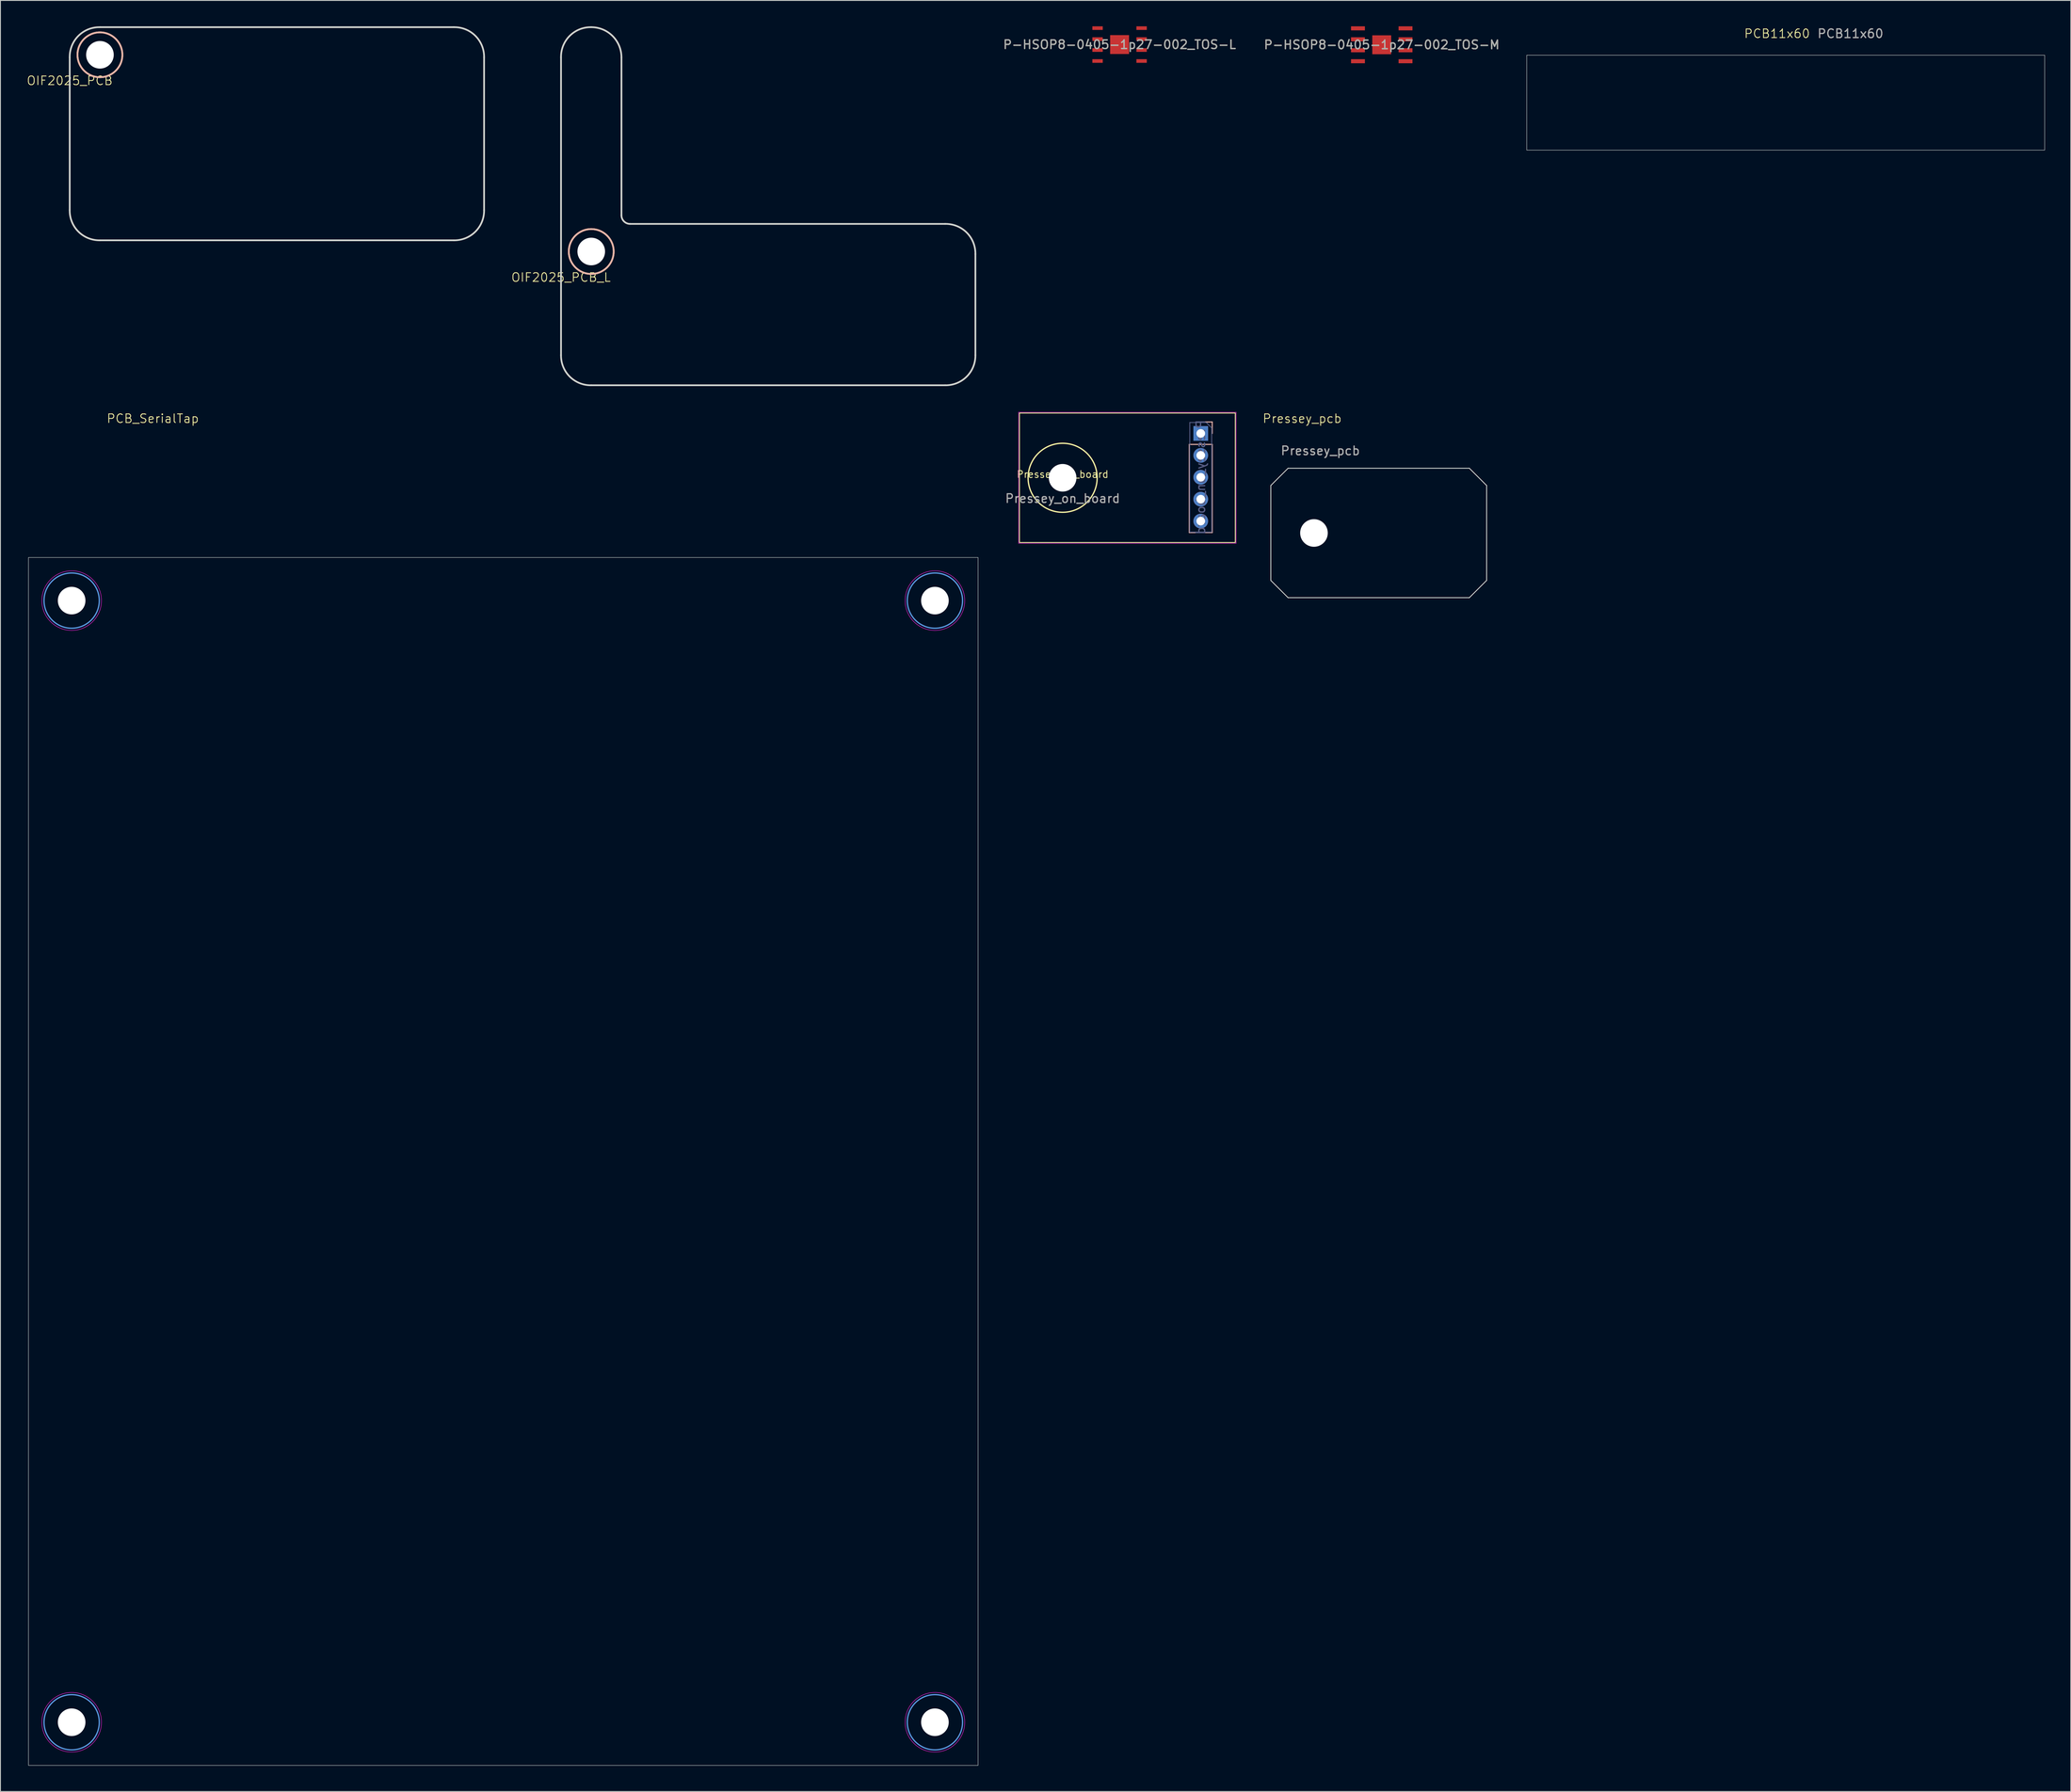
<source format=kicad_pcb>
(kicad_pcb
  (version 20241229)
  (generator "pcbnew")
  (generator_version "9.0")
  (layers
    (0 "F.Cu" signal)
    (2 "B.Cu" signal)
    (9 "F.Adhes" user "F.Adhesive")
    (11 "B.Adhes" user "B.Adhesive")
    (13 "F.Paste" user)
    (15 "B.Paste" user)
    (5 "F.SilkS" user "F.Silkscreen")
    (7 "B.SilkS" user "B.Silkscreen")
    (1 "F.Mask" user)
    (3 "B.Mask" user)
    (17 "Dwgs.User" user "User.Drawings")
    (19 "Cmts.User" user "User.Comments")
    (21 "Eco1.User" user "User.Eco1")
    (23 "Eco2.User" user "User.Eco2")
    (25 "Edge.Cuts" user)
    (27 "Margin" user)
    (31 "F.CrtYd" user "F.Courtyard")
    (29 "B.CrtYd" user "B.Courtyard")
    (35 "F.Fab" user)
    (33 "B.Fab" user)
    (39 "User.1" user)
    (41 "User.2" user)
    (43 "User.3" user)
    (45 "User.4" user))
  (footprint "OIF2025_PCB_L"
    (layer "F.Cu")
    (at 61.939 29.601)
    (property "Reference" "OIF2025_PCB_L" (at 0 -0.5 0) (unlocked yes) (layer "F.SilkS") (effects (font (size 1 1) (thickness 0.1))))
    (fp_circle (center 3.5 -3.5) (end 6.1 -3.5) (stroke (width 0.2) (type default)) (fill no) (layer "F.SilkS"))
    (fp_circle (center 3.5 -3.5) (end 6.1 -3.5) (stroke (width 0.2) (type default)) (fill no) (layer "B.SilkS"))
    (fp_line (start 0 8.5) (end 0 -26) (stroke (width 0.2) (type default)) (layer "Edge.Cuts"))
    (fp_line (start 7 -26) (end 7 -7.7) (stroke (width 0.2) (type default)) (layer "Edge.Cuts"))
    (fp_line (start 8 -6.7) (end 44.5 -6.7) (stroke (width 0.2) (type default)) (layer "Edge.Cuts"))
    (fp_line (start 44.5 12) (end 3.5 12) (stroke (width 0.2) (type default)) (layer "Edge.Cuts"))
    (fp_line (start 48 8.5) (end 48 -3.2) (stroke (width 0.2) (type default)) (layer "Edge.Cuts"))
    (fp_arc (start 0 -26) (mid 1.0048 -28.4952) (end 3.5 -29.5) (stroke (width 0.2) (type default)) (layer "Edge.Cuts"))
    (fp_arc (start 3.5 -29.5) (mid 5.974873 -28.474873) (end 7 -26) (stroke (width 0.2) (type default)) (layer "Edge.Cuts"))
    (fp_arc (start 3.5 12) (mid 1.004799 10.995201) (end 0 8.5) (stroke (width 0.2) (type default)) (layer "Edge.Cuts"))
    (fp_arc (start 8 -6.7) (mid 7.292893 -6.992893) (end 7 -7.7) (stroke (width 0.2) (type default)) (layer "Edge.Cuts"))
    (fp_arc (start 44.5 -6.7) (mid 46.995205 -5.695205) (end 48 -3.2) (stroke (width 0.2) (type default)) (layer "Edge.Cuts"))
    (fp_arc (start 48 8.5) (mid 46.995205 10.995205) (end 44.5 12) (stroke (width 0.2) (type default)) (layer "Edge.Cuts"))
    (pad "" np_thru_hole circle (at 3.5 -3.5) (size 3.2 3.2) (drill 3.2) (layers "*.Cu" "*.Mask")))
  (footprint "Pressey_pcb"
    (layer "F.Cu")
    (at 144.159 51.222)
    (property "Reference" "Pressey_pcb" (at 3.63 -5.76 0) (unlocked yes) (layer "F.SilkS") (effects (font (size 1 1) (thickness 0.1))))
    (attr through_hole)
    (fp_line (start 0 2) (end 2 0) (stroke (width 0.1) (type default)) (layer "Edge.Cuts"))
    (fp_line (start 0 13) (end 0 2) (stroke (width 0.1) (type default)) (layer "Edge.Cuts"))
    (fp_line (start 2 0) (end 23 0) (stroke (width 0.1) (type default)) (layer "Edge.Cuts"))
    (fp_line (start 2 15) (end 0 13) (stroke (width 0.1) (type default)) (layer "Edge.Cuts"))
    (fp_line (start 23 0) (end 25 2) (stroke (width 0.1) (type default)) (layer "Edge.Cuts"))
    (fp_line (start 23 15) (end 2 15) (stroke (width 0.1) (type default)) (layer "Edge.Cuts"))
    (fp_line (start 23 15) (end 25 13) (stroke (width 0.1) (type default)) (layer "Edge.Cuts"))
    (fp_line (start 25 2) (end 25 13) (stroke (width 0.1) (type default)) (layer "Edge.Cuts"))
    (fp_text user "${REFERENCE}" (at 5.74 -2.03 0) (unlocked yes) (layer "F.Fab") (effects (font (size 1 1) (thickness 0.15))))
    (pad "" np_thru_hole circle (at 5 7.5) (size 3.2 3.2) (drill 3.2) (layers "*.Cu" "*.Mask")))
  (footprint "OIF2025_PCB"
    (layer "F.Cu")
    (at 5.026 6.801)
    (property "Reference" "OIF2025_PCB" (at 0 -0.5 0) (unlocked yes) (layer "F.SilkS") (effects (font (size 1 1) (thickness 0.1))))
    (fp_line (start 0 0) (end 0 0) (stroke (width 0.1) (type default)) (layer "F.SilkS"))
    (fp_circle (center 3.5 -3.5) (end 6.1 -3.5) (stroke (width 0.2) (type default)) (fill no) (layer "F.SilkS"))
    (fp_circle (center 3.5 -3.5) (end 6.1 -3.5) (stroke (width 0.2) (type default)) (fill no) (layer "B.SilkS"))
    (fp_line (start 0 -3.2) (end 0 14.5) (stroke (width 0.2) (type default)) (layer "Edge.Cuts"))
    (fp_line (start 3.5 18) (end 44.5 18) (stroke (width 0.2) (type default)) (layer "Edge.Cuts"))
    (fp_line (start 44.5 -6.7) (end 3.5 -6.7) (stroke (width 0.2) (type default)) (layer "Edge.Cuts"))
    (fp_line (start 48 14.5) (end 48 -3.2) (stroke (width 0.2) (type default)) (layer "Edge.Cuts"))
    (fp_arc (start 0 -3.2) (mid 1.0048 -5.6952) (end 3.5 -6.7) (stroke (width 0.2) (type default)) (layer "Edge.Cuts"))
    (fp_arc (start 3.5 18) (mid 1.004799 16.995201) (end 0 14.5) (stroke (width 0.2) (type default)) (layer "Edge.Cuts"))
    (fp_arc (start 44.5 -6.7) (mid 46.995205 -5.695205) (end 48 -3.2) (stroke (width 0.2) (type default)) (layer "Edge.Cuts"))
    (fp_arc (start 48 14.5) (mid 46.995205 16.995205) (end 44.5 18) (stroke (width 0.2) (type default)) (layer "Edge.Cuts"))
    (pad "" np_thru_hole circle (at 3.5 -3.5) (size 3.2 3.2) (drill 3.2) (layers "*.Cu" "*.Mask")))
  (footprint "P-HSOP8-0405-1p27-002_TOS-M"
    (layer "F.Cu")
    (at 157.01 2.14)
    (property "Reference" "P-HSOP8-0405-1p27-002_TOS-M" (at 0 0 0) (unlocked yes) (layer "F.SilkS") (effects (font (size 1 1) (thickness 0.15))))
    (attr smd)
    (fp_text user "${REFERENCE}" (at 0 0 0) (unlocked yes) (layer "F.Fab") (effects (font (size 1 1) (thickness 0.15))))
    (pad "1" smd rect (at -2.754 -1.905) (size 1.609 0.471) (layers "F.Cu" "F.Mask" "F.Paste"))
    (pad "2" smd rect (at -2.754 -0.635) (size 1.609 0.471) (layers "F.Cu" "F.Mask" "F.Paste"))
    (pad "3" smd rect (at -2.754 0.635) (size 1.609 0.471) (layers "F.Cu" "F.Mask" "F.Paste"))
    (pad "4" smd rect (at -2.754 1.905) (size 1.609 0.471) (layers "F.Cu" "F.Mask" "F.Paste"))
    (pad "5" smd rect (at 2.754 1.905) (size 1.609 0.471) (layers "F.Cu" "F.Mask" "F.Paste"))
    (pad "6" smd rect (at 2.754 0.635) (size 1.609 0.471) (layers "F.Cu" "F.Mask" "F.Paste"))
    (pad "7" smd rect (at 2.754 -0.635) (size 1.609 0.471) (layers "F.Cu" "F.Mask" "F.Paste"))
    (pad "8" smd rect (at 2.754 -1.905) (size 1.609 0.471) (layers "F.Cu" "F.Mask" "F.Paste"))
    (pad "9" smd rect (at 0 0) (size 2.19 2.19) (layers "F.Cu" "F.Mask" "F.Paste")))
  (footprint "Pressey_on_board"
    (layer "F.Cu")
    (at 120.043 52.326)
    (property "Reference" "Pressey_on_board" (at 0 -0.4 0) (unlocked yes) (layer "F.SilkS") (effects (font (size 0.8 0.8) (thickness 0.1))))
    (attr smd)
    (fp_rect (start -5 -7.5) (end 20 7.5) (stroke (width 0.1) (type default)) (fill no) (layer "F.SilkS"))
    (fp_circle (center 0 0) (end 4 0) (stroke (width 0.15) (type default)) (fill no) (layer "F.SilkS"))
    (fp_line (start 14.67 -3.87) (end 14.67 6.35) (stroke (width 0.12) (type solid)) (layer "B.SilkS"))
    (fp_line (start 17.33 -6.47) (end 16 -6.47) (stroke (width 0.12) (type solid)) (layer "B.SilkS"))
    (fp_line (start 17.33 -5.14) (end 17.33 -6.47) (stroke (width 0.12) (type solid)) (layer "B.SilkS"))
    (fp_line (start 17.33 -3.87) (end 14.67 -3.87) (stroke (width 0.12) (type solid)) (layer "B.SilkS"))
    (fp_line (start 17.33 -3.87) (end 17.33 6.35) (stroke (width 0.12) (type solid)) (layer "B.SilkS"))
    (fp_line (start 17.33 6.35) (end 14.67 6.35) (stroke (width 0.12) (type solid)) (layer "B.SilkS"))
    (fp_rect (start -5.1 -7.6) (end 20.1 7.6) (stroke (width 0.05) (type default)) (fill no) (layer "F.CrtYd"))
    (fp_line (start 14.73 -6.41) (end 14.73 6.29) (stroke (width 0.1) (type solid)) (layer "B.Fab"))
    (fp_line (start 14.73 6.29) (end 17.27 6.29) (stroke (width 0.1) (type solid)) (layer "B.Fab"))
    (fp_line (start 16.635 -6.41) (end 14.73 -6.41) (stroke (width 0.1) (type solid)) (layer "B.Fab"))
    (fp_line (start 17.27 -5.775) (end 16.635 -6.41) (stroke (width 0.1) (type solid)) (layer "B.Fab"))
    (fp_line (start 17.27 6.29) (end 17.27 -5.775) (stroke (width 0.1) (type solid)) (layer "B.Fab"))
    (fp_text user "${REFERENCE}" (at 16 -0.06 90) (layer "B.Fab") (effects (font (size 1 1) (thickness 0.15)) (justify mirror)))
    (fp_text user "${REFERENCE}" (at 0 2.4 0) (unlocked yes) (layer "F.Fab") (effects (font (size 1 1) (thickness 0.15))))
    (pad "" np_thru_hole circle (at 0 0) (size 3.2 3.2) (drill 3.2) (layers "*.Cu" "*.Mask"))
    (pad "1" thru_hole rect (at 16 -5.14 180) (size 1.7 1.7) (drill 1) (layers "*.Cu" "*.Mask"))
    (pad "2" thru_hole oval (at 16 -2.6 180) (size 1.7 1.7) (drill 1) (layers "*.Cu" "*.Mask"))
    (pad "3" thru_hole oval (at 16 -0.06 180) (size 1.7 1.7) (drill 1) (layers "*.Cu" "*.Mask"))
    (pad "4" thru_hole oval (at 16 2.48 180) (size 1.7 1.7) (drill 1) (layers "*.Cu" "*.Mask"))
    (pad "5" thru_hole oval (at 16 5.02 180) (size 1.7 1.7) (drill 1) (layers "*.Cu" "*.Mask")))
  (footprint "PCB11x60"
    (layer "F.Cu")
    (at 203.803 8.848)
    (property "Reference" "PCB11x60" (at -1 -8 0) (unlocked yes) (layer "F.SilkS") (effects (font (size 1 1) (thickness 0.1))))
    (fp_rect (start -30 -5.5) (end 30 5.5) (stroke (width 0.05) (type default)) (fill no) (layer "Edge.Cuts"))
    (fp_text user "${REFERENCE}" (at 7.5 -8 0) (unlocked yes) (layer "F.Fab") (effects (font (size 1 1) (thickness 0.15)))))
  (footprint "P-HSOP8-0405-1p27-002_TOS-L"
    (layer "F.Cu")
    (at 126.641 2.115)
    (property "Reference" "P-HSOP8-0405-1p27-002_TOS-L" (at 0 0 0) (unlocked yes) (layer "F.SilkS") (effects (font (size 1 1) (thickness 0.15))))
    (attr smd)
    (fp_text user "${REFERENCE}" (at 0 0 0) (unlocked yes) (layer "F.Fab") (effects (font (size 1 1) (thickness 0.15))))
    (pad "1" smd rect (at -2.551 -1.905) (size 1.202 0.42) (layers "F.Cu" "F.Mask" "F.Paste"))
    (pad "2" smd rect (at -2.551 -0.635) (size 1.202 0.42) (layers "F.Cu" "F.Mask" "F.Paste"))
    (pad "3" smd rect (at -2.551 0.635) (size 1.202 0.42) (layers "F.Cu" "F.Mask" "F.Paste"))
    (pad "4" smd rect (at -2.551 1.905) (size 1.202 0.42) (layers "F.Cu" "F.Mask" "F.Paste"))
    (pad "5" smd rect (at 2.551 1.905) (size 1.202 0.42) (layers "F.Cu" "F.Mask" "F.Paste"))
    (pad "6" smd rect (at 2.551 0.635) (size 1.202 0.42) (layers "F.Cu" "F.Mask" "F.Paste"))
    (pad "7" smd rect (at 2.551 -0.635) (size 1.202 0.42) (layers "F.Cu" "F.Mask" "F.Paste"))
    (pad "8" smd rect (at 2.551 -1.905) (size 1.202 0.42) (layers "F.Cu" "F.Mask" "F.Paste"))
    (pad "9" smd rect (at 0 0) (size 2.19 2.19) (layers "F.Cu" "F.Mask" "F.Paste")))
  (footprint "PCB_SerialTap"
    (layer "F.Cu")
    (at 0.25 61.562)
    (property "Reference" "PCB_SerialTap" (at 14.4 -16.1 0) (unlocked yes) (layer "F.SilkS") (effects (font (size 1 1) (thickness 0.1))))
    (attr smd)
    (fp_circle (center 5 5) (end 8.2 5) (stroke (width 0.15) (type solid)) (fill no) (layer "Cmts.User"))
    (fp_circle (center 5 135) (end 8.2 135) (stroke (width 0.15) (type solid)) (fill no) (layer "Cmts.User"))
    (fp_circle (center 105 5) (end 108.2 5) (stroke (width 0.15) (type solid)) (fill no) (layer "Cmts.User"))
    (fp_circle (center 105 135) (end 108.2 135) (stroke (width 0.15) (type solid)) (fill no) (layer "Cmts.User"))
    (fp_rect (start 0 0) (end 110 140) (stroke (width 0.05) (type default)) (fill no) (layer "Edge.Cuts"))
    (fp_circle (center 5 5) (end 8.45 5) (stroke (width 0.05) (type solid)) (fill no) (layer "F.CrtYd"))
    (fp_circle (center 5 135) (end 8.45 135) (stroke (width 0.05) (type solid)) (fill no) (layer "F.CrtYd"))
    (fp_circle (center 105 5) (end 108.45 5) (stroke (width 0.05) (type solid)) (fill no) (layer "F.CrtYd"))
    (fp_circle (center 105 135) (end 108.45 135) (stroke (width 0.05) (type solid)) (fill no) (layer "F.CrtYd"))
    (pad "" np_thru_hole circle (at 5 5) (size 3.2 3.2) (drill 3.2) (layers "*.Cu" "*.Mask"))
    (pad "" np_thru_hole circle (at 5 135) (size 3.2 3.2) (drill 3.2) (layers "*.Cu" "*.Mask"))
    (pad "" np_thru_hole circle (at 105 5) (size 3.2 3.2) (drill 3.2) (layers "*.Cu" "*.Mask"))
    (pad "" np_thru_hole circle (at 105 135) (size 3.2 3.2) (drill 3.2) (layers "*.Cu" "*.Mask")))
  (gr_rect
    (start -3 -3)
    (end 236.828 204.587)
    (stroke (width 0.1) (type default))
    (fill no)
    (layer "Edge.Cuts")))
</source>
